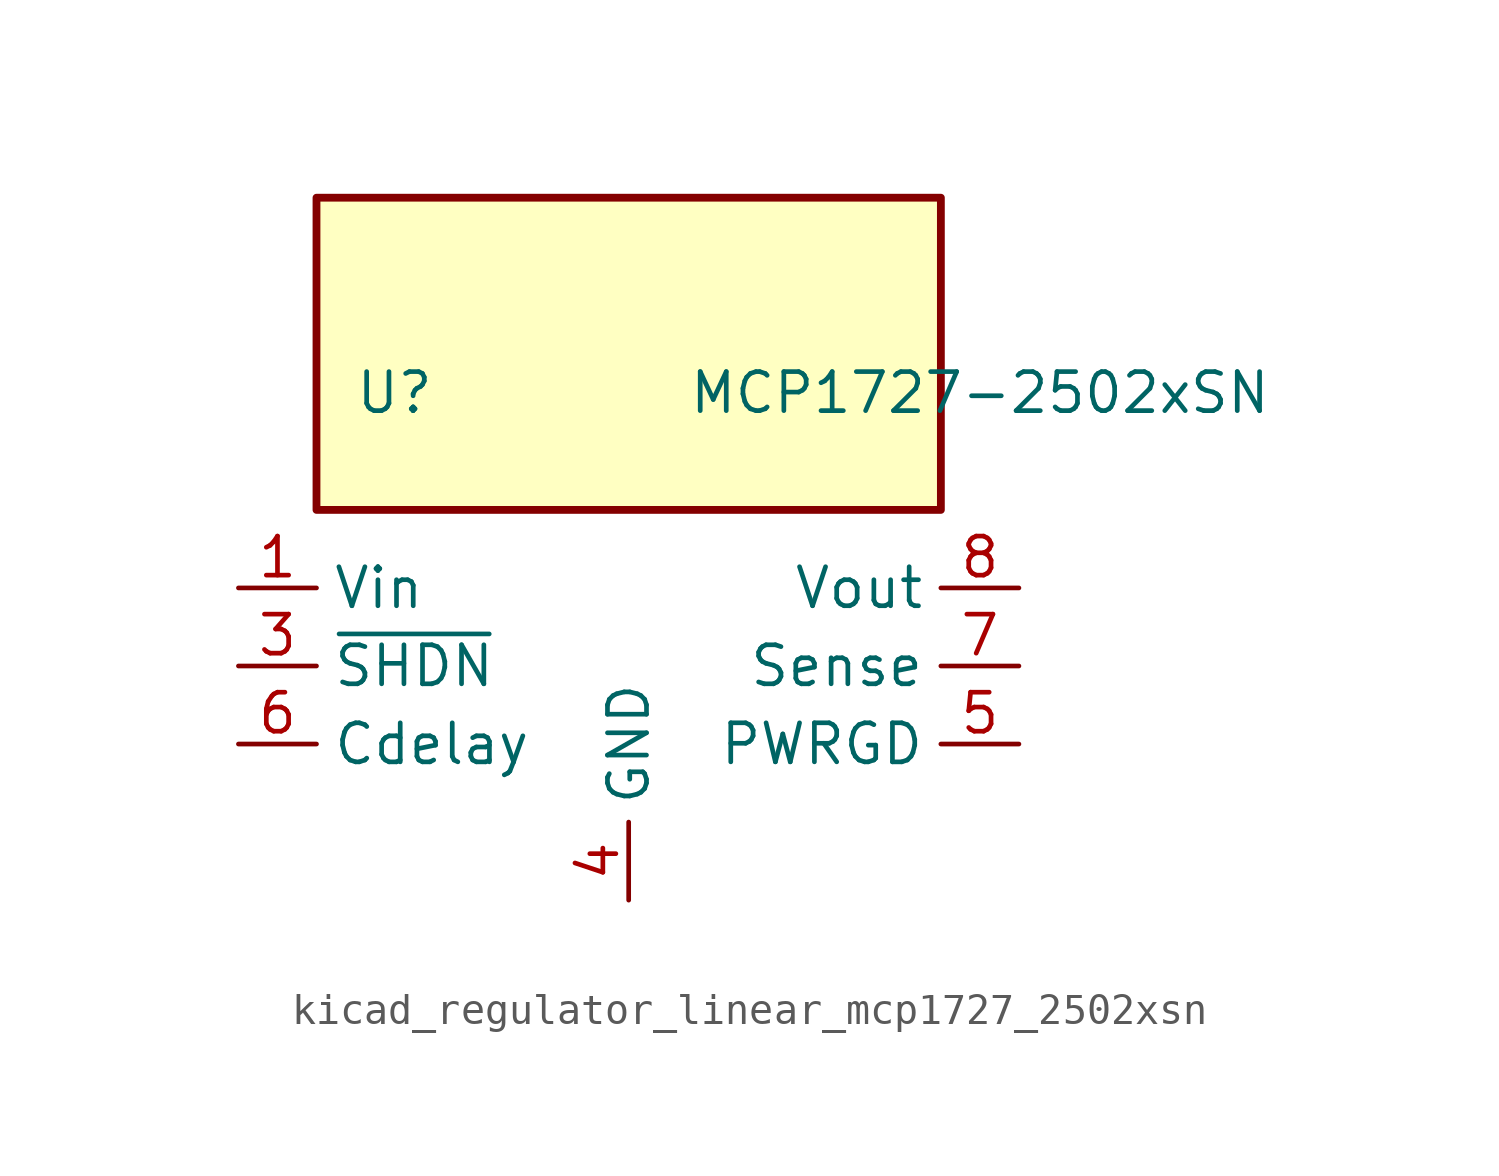
<source format=kicad_sym>
(kicad_symbol_lib
  (version 20220914)
  (generator kicad_symbol_editor)
  (symbol "kicad_regulator_linear_mcp1727_2502xsn"
    (property "Reference" "U"
      (at -7.62 8.89 0)
      (effects (font (size 1.27 1.27))))
    (property "Value" "MCP1727-2502xSN"
      (at 11.43 8.89 0)
      (effects (font (size 1.27 1.27))))
    (symbol "kicad_regulator_linear_mcp1727_2502xsn_0_0"
      (pin open_collector line (at 12.7 -2.54 180) (length 2.54) (name "PWRGD" (effects (font (size 1.27 1.27)))) (number "5" (effects (font (size 1.27 1.27)))))
      (pin input line (at -12.7 -2.54 0) (length 2.54) (name "Cdelay" (effects (font (size 1.27 1.27)))) (number "6" (effects (font (size 1.27 1.27)))))
      (pin input line (at 12.7 0 180) (length 2.54) (name "Sense" (effects (font (size 1.27 1.27)))) (number "7" (effects (font (size 1.27 1.27)))))
      (pin power_out line (at 12.7 2.54 180) (length 2.54) (name "Vout" (effects (font (size 1.27 1.27)))) (number "8" (effects (font (size 1.27 1.27))))))
    (symbol "kicad_regulator_linear_mcp1727_2502xsn_0_1"
      (rectangle (start 10.16 15.24) (end -10.16 5.08) (stroke (width 0.254) (type default)) (fill (type background))))
    (symbol "kicad_regulator_linear_mcp1727_2502xsn_1_1"
      (pin power_in line (at -12.7 2.54 0) (length 2.54) (name "Vin" (effects (font (size 1.27 1.27)))) (number "1" (effects (font (size 1.27 1.27)))))
      (pin passive line (at -12.7 2.54 0) (length 2.54) hide (name "Vin" (effects (font (size 1.27 1.27)))) (number "2" (effects (font (size 1.27 1.27)))))
      (pin input line (at -12.7 0 0) (length 2.54) (name "~{SHDN}" (effects (font (size 1.27 1.27)))) (number "3" (effects (font (size 1.27 1.27)))))
      (pin power_in line (at 0 -7.62 90) (length 2.54) (name "GND" (effects (font (size 1.27 1.27)))) (number "4" (effects (font (size 1.27 1.27))))))))
</source>
